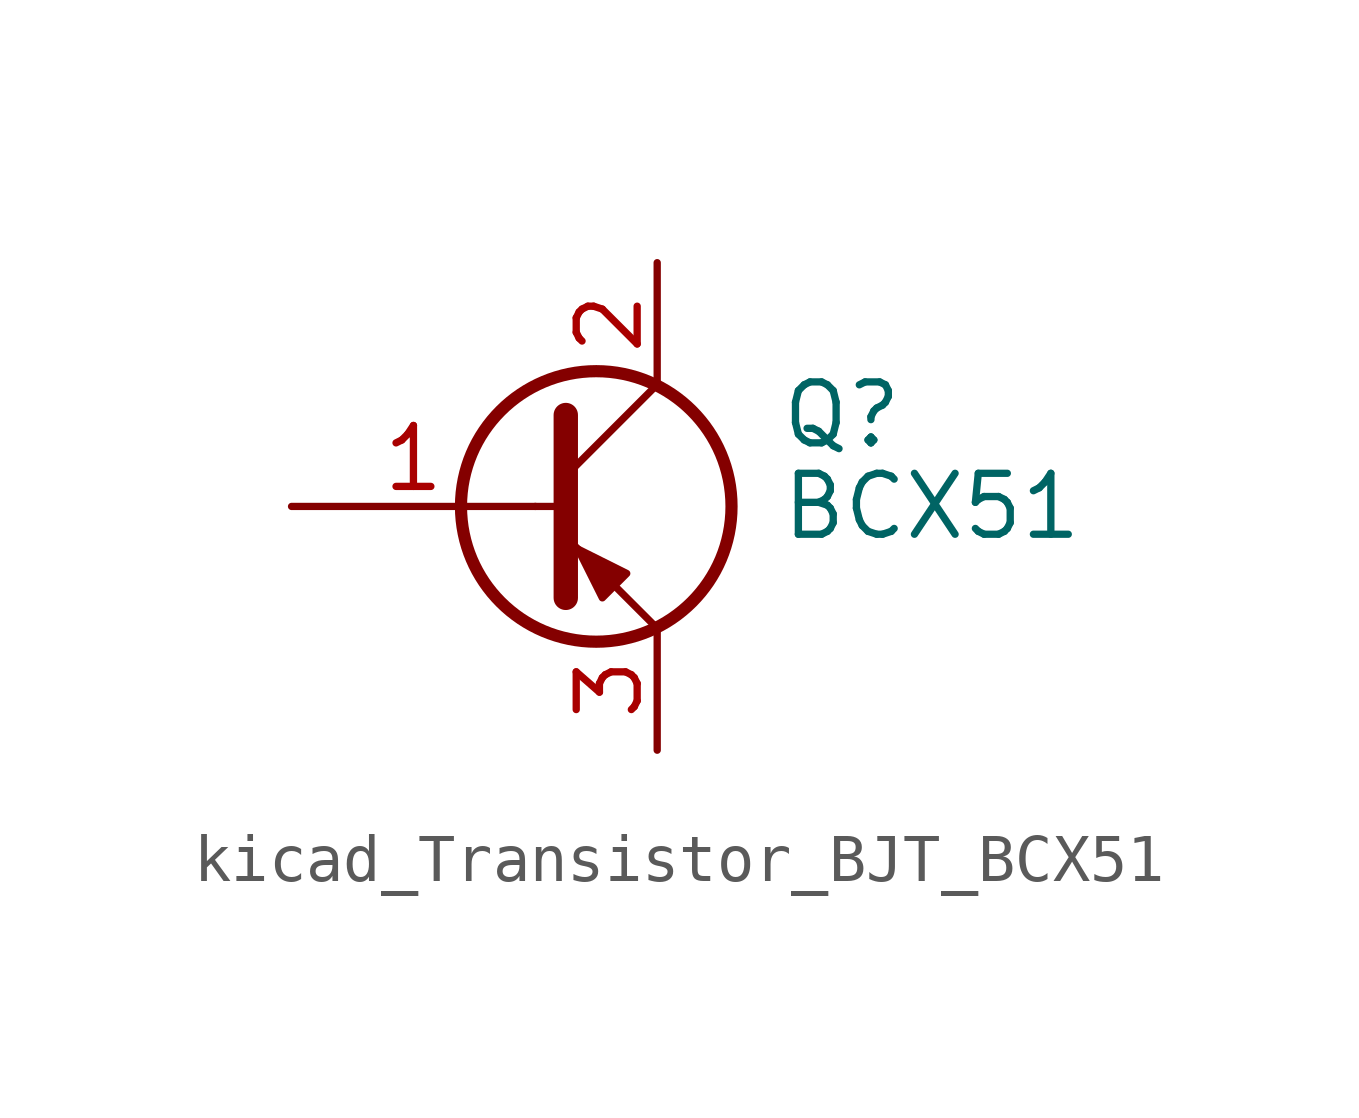
<source format=kicad_sym>
(kicad_symbol_lib
  (version 20220914)
  (generator kicad_symbol_editor)
  (symbol "kicad_Transistor_BJT_BCX51"
    (pin_names
      (offset 0) hide)
    (property "Reference" "Q"
      (at 5.08 1.905 0)
      (effects (font (size 1.27 1.27)) (justify left)))
    (property "Value" "BCX51"
      (at 5.08 0 0)
      (effects (font (size 1.27 1.27)) (justify left)))
    (symbol "kicad_Transistor_BJT_BCX51_0_1"
      (polyline (pts (xy 0 0) (xy 0.635 0)) (stroke (width 0) (type default)) (fill (type none)))
      (polyline (pts (xy 2.54 -2.54) (xy 0.635 -0.635)) (stroke (width 0) (type default)) (fill (type none)))
      (polyline (pts (xy 2.54 2.54) (xy 0.635 0.635)) (stroke (width 0) (type default)) (fill (type none)))
      (polyline (pts (xy 0.635 1.905) (xy 0.635 -1.905) (xy 0.635 -1.905)) (stroke (width 0.508) (type default)) (fill (type outline)))
      (polyline (pts (xy 1.397 -1.905) (xy 1.905 -1.397) (xy 0.889 -0.889) (xy 1.397 -1.905) (xy 1.397 -1.905)) (stroke (width 0) (type default)) (fill (type outline)))
      (circle (center 1.27 0) (radius 2.819) (stroke (width 0.254) (type default)) (fill (type none))))
    (symbol "kicad_Transistor_BJT_BCX51_1_1"
      (pin input line (at -5.08 0 0) (length 5.08) (name "B" (effects (font (size 1.27 1.27)))) (number "1" (effects (font (size 1.27 1.27)))))
      (pin passive line (at 2.54 5.08 270) (length 2.54) (name "C" (effects (font (size 1.27 1.27)))) (number "2" (effects (font (size 1.27 1.27)))))
      (pin passive line (at 2.54 -5.08 90) (length 2.54) (name "E" (effects (font (size 1.27 1.27)))) (number "3" (effects (font (size 1.27 1.27))))))))
</source>
